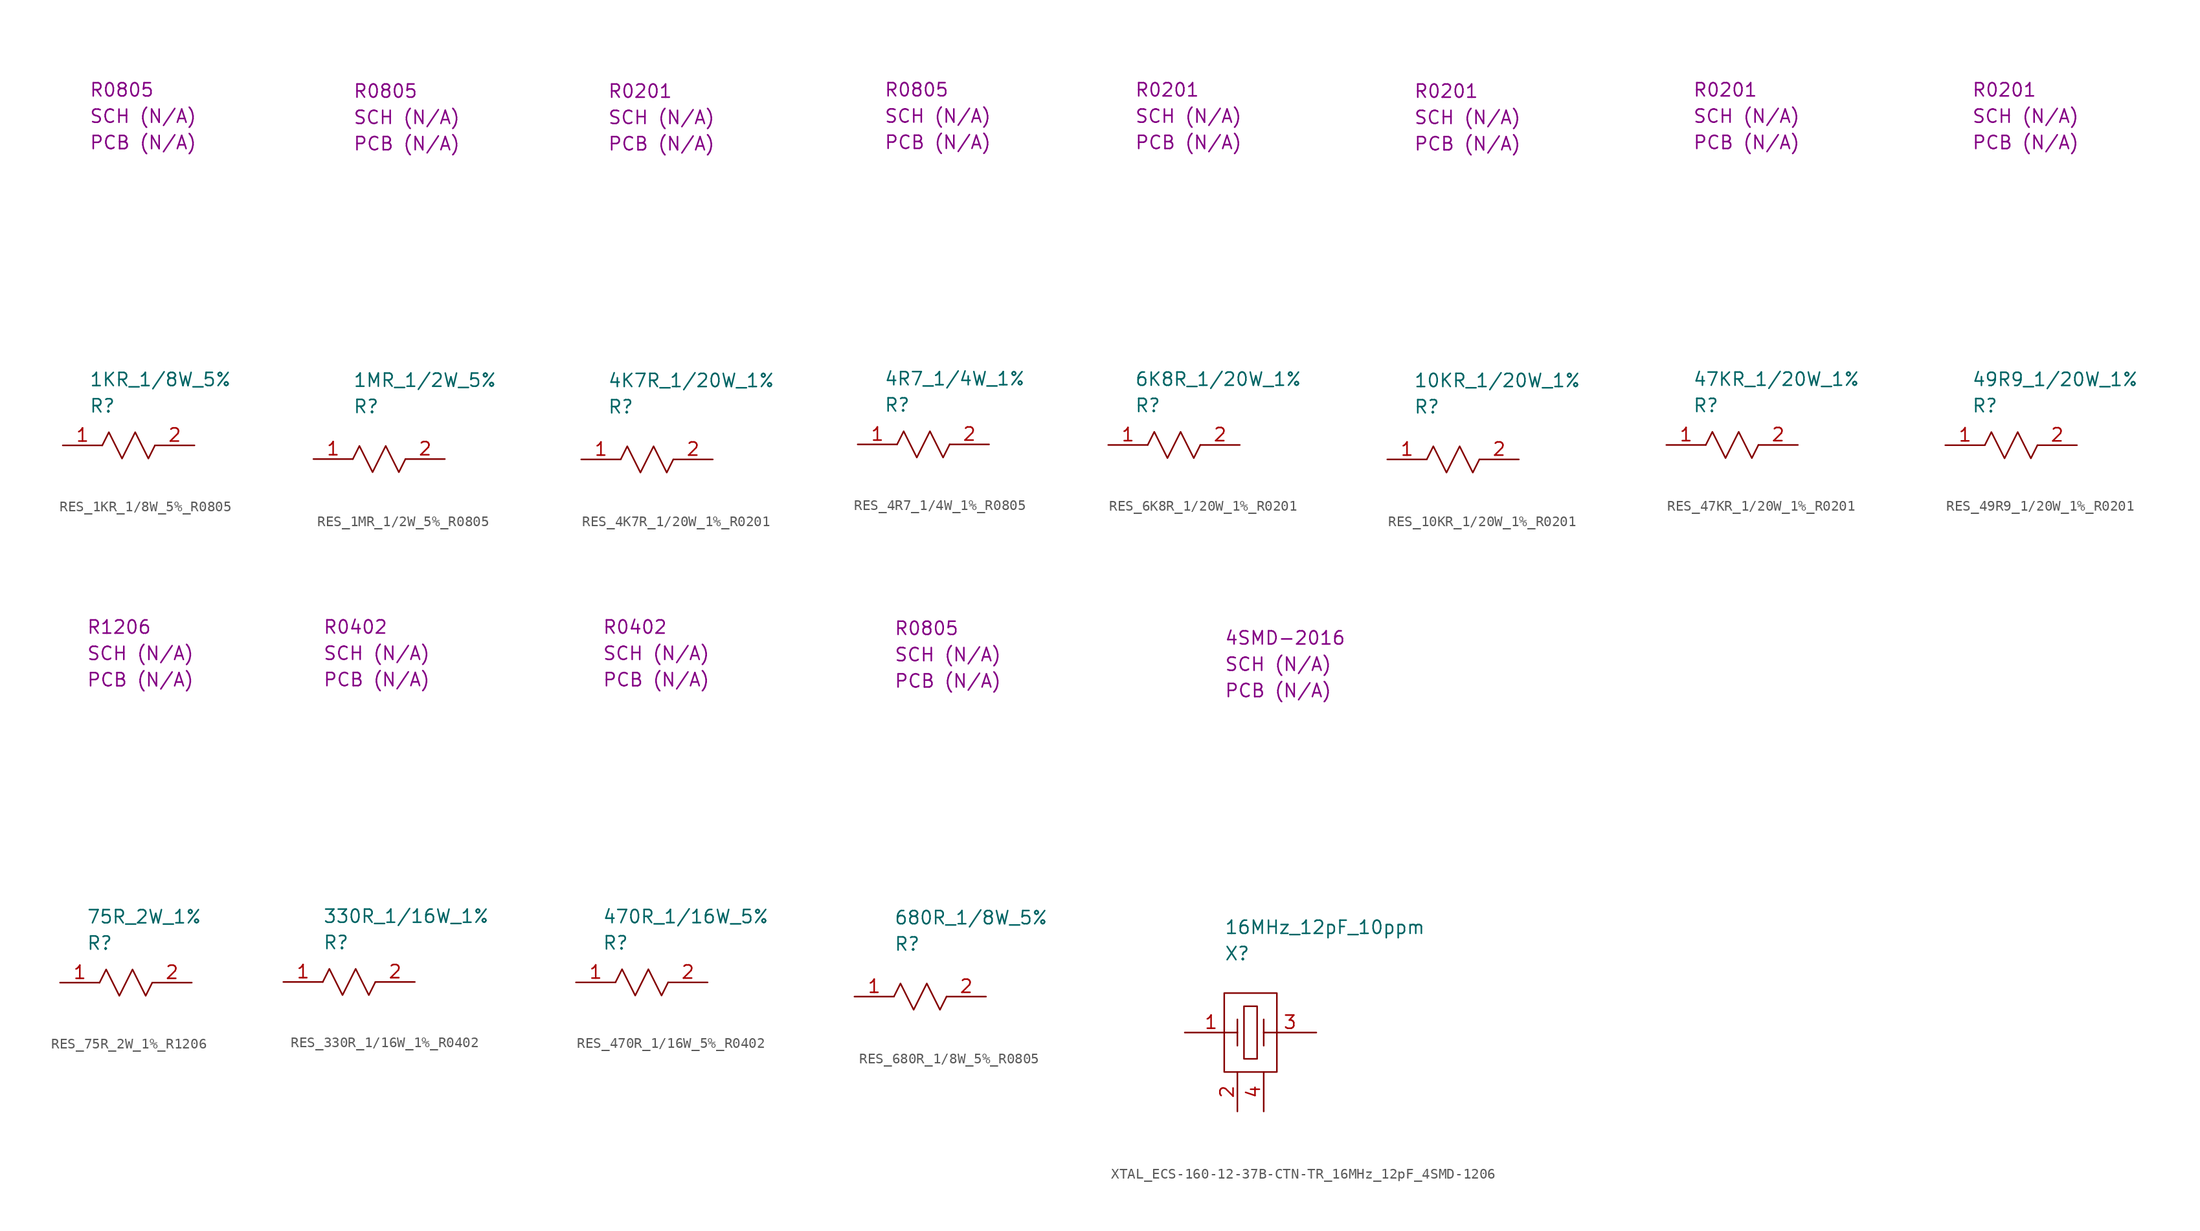
<source format=kicad_sym>
(kicad_symbol_lib
  (version 20220914)
  (generator kicad_symbol_editor)
  (symbol "RES_1KR_1/8W_5%_R0805"
    (property "Reference" "R"
      (at 2.54 3.81 0)
      (effects (font (size 1.27 1.27)) (justify left)))
    (property "Value" "1KR_1/8W_5%"
      (at 2.54 6.35 0)
      (effects (font (size 1.27 1.27)) (justify left)))
    (property "Package" "R0805"
      (at 2.54 34.29 0)
      (effects (font (size 1.27 1.27)) (justify left)))
    (property "SCH CHECK" "SCH (N/A)"
      (at 2.54 31.75 0)
      (effects (font (size 1.27 1.27)) (justify left)))
    (property "PCB CHECk" "PCB (N/A)"
      (at 2.54 29.21 0)
      (effects (font (size 1.27 1.27)) (justify left)))
    (symbol "RES_1KR_1/8W_5%_R0805_0_0"
      (polyline (pts (xy 3.81 0) (xy 4.445 1.27) (xy 5.715 -1.27) (xy 6.985 1.27) (xy 8.255 -1.27) (xy 8.89 0)) (stroke (width 0) (type default)) (fill (type none))))
    (symbol "RES_1KR_1/8W_5%_R0805_1_1"
      (pin passive line (at 0 0 0) (length 3.81) (name "" (effects (font (size 1.27 1.27)))) (number "1" (effects (font (size 1.27 1.27)))))
      (pin passive line (at 12.7 0 180) (length 3.81) (name "" (effects (font (size 1.27 1.27)))) (number "2" (effects (font (size 1.27 1.27)))))))
  (symbol "RES_1MR_1/2W_5%_R0805"
    (property "Reference" "R"
      (at 3.81 5.08 0)
      (effects (font (size 1.27 1.27)) (justify left)))
    (property "Value" "1MR_1/2W_5%"
      (at 3.81 7.62 0)
      (effects (font (size 1.27 1.27)) (justify left)))
    (property "Package" "R0805"
      (at 3.81 35.56 0)
      (effects (font (size 1.27 1.27)) (justify left)))
    (property "SCH CHECK" "SCH (N/A)"
      (at 3.81 33.02 0)
      (effects (font (size 1.27 1.27)) (justify left)))
    (property "PCB CHECk" "PCB (N/A)"
      (at 3.81 30.48 0)
      (effects (font (size 1.27 1.27)) (justify left)))
    (symbol "RES_1MR_1/2W_5%_R0805_0_0"
      (polyline (pts (xy 3.81 0) (xy 4.445 1.27) (xy 5.715 -1.27) (xy 6.985 1.27) (xy 8.255 -1.27) (xy 8.89 0)) (stroke (width 0) (type default)) (fill (type none))))
    (symbol "RES_1MR_1/2W_5%_R0805_1_1"
      (pin passive line (at 0 0 0) (length 3.81) (name "" (effects (font (size 1.27 1.27)))) (number "1" (effects (font (size 1.27 1.27)))))
      (pin passive line (at 12.7 0 180) (length 3.81) (name "" (effects (font (size 1.27 1.27)))) (number "2" (effects (font (size 1.27 1.27)))))))
  (symbol "RES_4K7R_1/20W_1%_R0201"
    (property "Reference" "R"
      (at 2.54 5.08 0)
      (effects (font (size 1.27 1.27)) (justify left)))
    (property "Value" "4K7R_1/20W_1%"
      (at 2.54 7.62 0)
      (effects (font (size 1.27 1.27)) (justify left)))
    (property "Package" "R0201"
      (at 2.54 35.56 0)
      (effects (font (size 1.27 1.27)) (justify left)))
    (property "SCH CHECK" "SCH (N/A)"
      (at 2.54 33.02 0)
      (effects (font (size 1.27 1.27)) (justify left)))
    (property "PCB CHECk" "PCB (N/A)"
      (at 2.54 30.48 0)
      (effects (font (size 1.27 1.27)) (justify left)))
    (symbol "RES_4K7R_1/20W_1%_R0201_0_0"
      (polyline (pts (xy 3.81 0) (xy 4.445 1.27) (xy 5.715 -1.27) (xy 6.985 1.27) (xy 8.255 -1.27) (xy 8.89 0)) (stroke (width 0) (type default)) (fill (type none))))
    (symbol "RES_4K7R_1/20W_1%_R0201_1_1"
      (pin passive line (at 0 0 0) (length 3.81) (name "" (effects (font (size 1.27 1.27)))) (number "1" (effects (font (size 1.27 1.27)))))
      (pin passive line (at 12.7 0 180) (length 3.81) (name "" (effects (font (size 1.27 1.27)))) (number "2" (effects (font (size 1.27 1.27)))))))
  (symbol "RES_4R7_1/4W_1%_R0805"
    (property "Reference" "R"
      (at 2.54 3.81 0)
      (effects (font (size 1.27 1.27)) (justify left)))
    (property "Value" "4R7_1/4W_1%"
      (at 2.54 6.35 0)
      (effects (font (size 1.27 1.27)) (justify left)))
    (property "Package" "R0805"
      (at 2.54 34.29 0)
      (effects (font (size 1.27 1.27)) (justify left)))
    (property "SCH CHECK" "SCH (N/A)"
      (at 2.54 31.75 0)
      (effects (font (size 1.27 1.27)) (justify left)))
    (property "PCB CHECk" "PCB (N/A)"
      (at 2.54 29.21 0)
      (effects (font (size 1.27 1.27)) (justify left)))
    (symbol "RES_4R7_1/4W_1%_R0805_0_0"
      (polyline (pts (xy 3.81 0) (xy 4.445 1.27) (xy 5.715 -1.27) (xy 6.985 1.27) (xy 8.255 -1.27) (xy 8.89 0)) (stroke (width 0) (type default)) (fill (type none))))
    (symbol "RES_4R7_1/4W_1%_R0805_1_1"
      (pin passive line (at 0 0 0) (length 3.81) (name "" (effects (font (size 1.27 1.27)))) (number "1" (effects (font (size 1.27 1.27)))))
      (pin passive line (at 12.7 0 180) (length 3.81) (name "" (effects (font (size 1.27 1.27)))) (number "2" (effects (font (size 1.27 1.27)))))))
  (symbol "RES_6K8R_1/20W_1%_R0201"
    (property "Reference" "R"
      (at 2.54 3.81 0)
      (effects (font (size 1.27 1.27)) (justify left)))
    (property "Value" "6K8R_1/20W_1%"
      (at 2.54 6.35 0)
      (effects (font (size 1.27 1.27)) (justify left)))
    (property "Package" "R0201"
      (at 2.54 34.29 0)
      (effects (font (size 1.27 1.27)) (justify left)))
    (property "SCH CHECK" "SCH (N/A)"
      (at 2.54 31.75 0)
      (effects (font (size 1.27 1.27)) (justify left)))
    (property "PCB CHECk" "PCB (N/A)"
      (at 2.54 29.21 0)
      (effects (font (size 1.27 1.27)) (justify left)))
    (symbol "RES_6K8R_1/20W_1%_R0201_0_0"
      (polyline (pts (xy 3.81 0) (xy 4.445 1.27) (xy 5.715 -1.27) (xy 6.985 1.27) (xy 8.255 -1.27) (xy 8.89 0)) (stroke (width 0) (type default)) (fill (type none))))
    (symbol "RES_6K8R_1/20W_1%_R0201_1_1"
      (pin passive line (at 0 0 0) (length 3.81) (name "" (effects (font (size 1.27 1.27)))) (number "1" (effects (font (size 1.27 1.27)))))
      (pin passive line (at 12.7 0 180) (length 3.81) (name "" (effects (font (size 1.27 1.27)))) (number "2" (effects (font (size 1.27 1.27)))))))
  (symbol "RES_10KR_1/20W_1%_R0201"
    (property "Reference" "R"
      (at 2.54 5.08 0)
      (effects (font (size 1.27 1.27)) (justify left)))
    (property "Value" "10KR_1/20W_1%"
      (at 2.54 7.62 0)
      (effects (font (size 1.27 1.27)) (justify left)))
    (property "Package" "R0201"
      (at 2.54 35.56 0)
      (effects (font (size 1.27 1.27)) (justify left)))
    (property "SCH CHECK" "SCH (N/A)"
      (at 2.54 33.02 0)
      (effects (font (size 1.27 1.27)) (justify left)))
    (property "PCB CHECk" "PCB (N/A)"
      (at 2.54 30.48 0)
      (effects (font (size 1.27 1.27)) (justify left)))
    (symbol "RES_10KR_1/20W_1%_R0201_0_0"
      (polyline (pts (xy 3.81 0) (xy 4.445 1.27) (xy 5.715 -1.27) (xy 6.985 1.27) (xy 8.255 -1.27) (xy 8.89 0)) (stroke (width 0) (type default)) (fill (type none))))
    (symbol "RES_10KR_1/20W_1%_R0201_1_1"
      (pin passive line (at 0 0 0) (length 3.81) (name "" (effects (font (size 1.27 1.27)))) (number "1" (effects (font (size 1.27 1.27)))))
      (pin passive line (at 12.7 0 180) (length 3.81) (name "" (effects (font (size 1.27 1.27)))) (number "2" (effects (font (size 1.27 1.27)))))))
  (symbol "RES_47KR_1/20W_1%_R0201"
    (property "Reference" "R"
      (at 2.54 3.81 0)
      (effects (font (size 1.27 1.27)) (justify left)))
    (property "Value" "47KR_1/20W_1%"
      (at 2.54 6.35 0)
      (effects (font (size 1.27 1.27)) (justify left)))
    (property "Package" "R0201"
      (at 2.54 34.29 0)
      (effects (font (size 1.27 1.27)) (justify left)))
    (property "SCH CHECK" "SCH (N/A)"
      (at 2.54 31.75 0)
      (effects (font (size 1.27 1.27)) (justify left)))
    (property "PCB CHECk" "PCB (N/A)"
      (at 2.54 29.21 0)
      (effects (font (size 1.27 1.27)) (justify left)))
    (symbol "RES_47KR_1/20W_1%_R0201_0_0"
      (polyline (pts (xy 3.81 0) (xy 4.445 1.27) (xy 5.715 -1.27) (xy 6.985 1.27) (xy 8.255 -1.27) (xy 8.89 0)) (stroke (width 0) (type default)) (fill (type none))))
    (symbol "RES_47KR_1/20W_1%_R0201_1_1"
      (pin passive line (at 0 0 0) (length 3.81) (name "" (effects (font (size 1.27 1.27)))) (number "1" (effects (font (size 1.27 1.27)))))
      (pin passive line (at 12.7 0 180) (length 3.81) (name "" (effects (font (size 1.27 1.27)))) (number "2" (effects (font (size 1.27 1.27)))))))
  (symbol "RES_49R9_1/20W_1%_R0201"
    (property "Reference" "R"
      (at 2.54 3.81 0)
      (effects (font (size 1.27 1.27)) (justify left)))
    (property "Value" "49R9_1/20W_1%"
      (at 2.54 6.35 0)
      (effects (font (size 1.27 1.27)) (justify left)))
    (property "Package" "R0201"
      (at 2.54 34.29 0)
      (effects (font (size 1.27 1.27)) (justify left)))
    (property "SCH CHECK" "SCH (N/A)"
      (at 2.54 31.75 0)
      (effects (font (size 1.27 1.27)) (justify left)))
    (property "PCB CHECk" "PCB (N/A)"
      (at 2.54 29.21 0)
      (effects (font (size 1.27 1.27)) (justify left)))
    (symbol "RES_49R9_1/20W_1%_R0201_0_0"
      (polyline (pts (xy 3.81 0) (xy 4.445 1.27) (xy 5.715 -1.27) (xy 6.985 1.27) (xy 8.255 -1.27) (xy 8.89 0)) (stroke (width 0) (type default)) (fill (type none))))
    (symbol "RES_49R9_1/20W_1%_R0201_1_1"
      (pin passive line (at 0 0 0) (length 3.81) (name "" (effects (font (size 1.27 1.27)))) (number "1" (effects (font (size 1.27 1.27)))))
      (pin passive line (at 12.7 0 180) (length 3.81) (name "" (effects (font (size 1.27 1.27)))) (number "2" (effects (font (size 1.27 1.27)))))))
  (symbol "RES_75R_2W_1%_R1206"
    (property "Reference" "R"
      (at 2.54 3.81 0)
      (effects (font (size 1.27 1.27)) (justify left)))
    (property "Value" "75R_2W_1%"
      (at 2.54 6.35 0)
      (effects (font (size 1.27 1.27)) (justify left)))
    (property "Package" "R1206"
      (at 2.54 34.29 0)
      (effects (font (size 1.27 1.27)) (justify left)))
    (property "SCH CHECK" "SCH (N/A)"
      (at 2.54 31.75 0)
      (effects (font (size 1.27 1.27)) (justify left)))
    (property "PCB CHECk" "PCB (N/A)"
      (at 2.54 29.21 0)
      (effects (font (size 1.27 1.27)) (justify left)))
    (symbol "RES_75R_2W_1%_R1206_0_0"
      (polyline (pts (xy 3.81 0) (xy 4.445 1.27) (xy 5.715 -1.27) (xy 6.985 1.27) (xy 8.255 -1.27) (xy 8.89 0)) (stroke (width 0) (type default)) (fill (type none))))
    (symbol "RES_75R_2W_1%_R1206_1_1"
      (pin passive line (at 0 0 0) (length 3.81) (name "" (effects (font (size 1.27 1.27)))) (number "1" (effects (font (size 1.27 1.27)))))
      (pin passive line (at 12.7 0 180) (length 3.81) (name "" (effects (font (size 1.27 1.27)))) (number "2" (effects (font (size 1.27 1.27)))))))
  (symbol "RES_330R_1/16W_1%_R0402"
    (property "Reference" "R"
      (at 3.81 3.81 0)
      (effects (font (size 1.27 1.27)) (justify left)))
    (property "Value" "330R_1/16W_1%"
      (at 3.81 6.35 0)
      (effects (font (size 1.27 1.27)) (justify left)))
    (property "Package" "R0402"
      (at 3.81 34.29 0)
      (effects (font (size 1.27 1.27)) (justify left)))
    (property "SCH CHECK" "SCH (N/A)"
      (at 3.81 31.75 0)
      (effects (font (size 1.27 1.27)) (justify left)))
    (property "PCB CHECk" "PCB (N/A)"
      (at 3.81 29.21 0)
      (effects (font (size 1.27 1.27)) (justify left)))
    (symbol "RES_330R_1/16W_1%_R0402_0_0"
      (polyline (pts (xy 3.81 0) (xy 4.445 1.27) (xy 5.715 -1.27) (xy 6.985 1.27) (xy 8.255 -1.27) (xy 8.89 0)) (stroke (width 0) (type default)) (fill (type none))))
    (symbol "RES_330R_1/16W_1%_R0402_1_1"
      (pin passive line (at 0 0 0) (length 3.81) (name "" (effects (font (size 1.27 1.27)))) (number "1" (effects (font (size 1.27 1.27)))))
      (pin passive line (at 12.7 0 180) (length 3.81) (name "" (effects (font (size 1.27 1.27)))) (number "2" (effects (font (size 1.27 1.27)))))))
  (symbol "RES_470R_1/16W_5%_R0402"
    (property "Reference" "R"
      (at 2.54 3.81 0)
      (effects (font (size 1.27 1.27)) (justify left)))
    (property "Value" "470R_1/16W_5%"
      (at 2.54 6.35 0)
      (effects (font (size 1.27 1.27)) (justify left)))
    (property "Package" "R0402"
      (at 2.54 34.29 0)
      (effects (font (size 1.27 1.27)) (justify left)))
    (property "SCH CHECK" "SCH (N/A)"
      (at 2.54 31.75 0)
      (effects (font (size 1.27 1.27)) (justify left)))
    (property "PCB CHECk" "PCB (N/A)"
      (at 2.54 29.21 0)
      (effects (font (size 1.27 1.27)) (justify left)))
    (symbol "RES_470R_1/16W_5%_R0402_0_0"
      (polyline (pts (xy 3.81 0) (xy 4.445 1.27) (xy 5.715 -1.27) (xy 6.985 1.27) (xy 8.255 -1.27) (xy 8.89 0)) (stroke (width 0) (type default)) (fill (type none))))
    (symbol "RES_470R_1/16W_5%_R0402_1_1"
      (pin passive line (at 0 0 0) (length 3.81) (name "" (effects (font (size 1.27 1.27)))) (number "1" (effects (font (size 1.27 1.27)))))
      (pin passive line (at 12.7 0 180) (length 3.81) (name "" (effects (font (size 1.27 1.27)))) (number "2" (effects (font (size 1.27 1.27)))))))
  (symbol "RES_680R_1/8W_5%_R0805"
    (property "Reference" "R"
      (at 3.81 5.08 0)
      (effects (font (size 1.27 1.27)) (justify left)))
    (property "Value" "680R_1/8W_5%"
      (at 3.81 7.62 0)
      (effects (font (size 1.27 1.27)) (justify left)))
    (property "Package" "R0805"
      (at 3.81 35.56 0)
      (effects (font (size 1.27 1.27)) (justify left)))
    (property "SCH CHECK" "SCH (N/A)"
      (at 3.81 33.02 0)
      (effects (font (size 1.27 1.27)) (justify left)))
    (property "PCB CHECk" "PCB (N/A)"
      (at 3.81 30.48 0)
      (effects (font (size 1.27 1.27)) (justify left)))
    (symbol "RES_680R_1/8W_5%_R0805_0_0"
      (polyline (pts (xy 3.81 0) (xy 4.445 1.27) (xy 5.715 -1.27) (xy 6.985 1.27) (xy 8.255 -1.27) (xy 8.89 0)) (stroke (width 0) (type default)) (fill (type none))))
    (symbol "RES_680R_1/8W_5%_R0805_1_1"
      (pin passive line (at 0 0 0) (length 3.81) (name "" (effects (font (size 1.27 1.27)))) (number "1" (effects (font (size 1.27 1.27)))))
      (pin passive line (at 12.7 0 180) (length 3.81) (name "" (effects (font (size 1.27 1.27)))) (number "2" (effects (font (size 1.27 1.27)))))))
  (symbol "XTAL_ECS-160-12-37B-CTN-TR_16MHz_12pF_4SMD-1206"
    (property "Reference" "X"
      (at 3.81 7.62 0)
      (effects (font (size 1.27 1.27)) (justify left)))
    (property "Value" "16MHz_12pF_10ppm"
      (at 3.81 10.16 0)
      (effects (font (size 1.27 1.27)) (justify left)))
    (property "Package" "4SMD-2016"
      (at 3.81 38.1 0)
      (effects (font (size 1.27 1.27)) (justify left)))
    (property "SCH CHECK" "SCH (N/A)"
      (at 3.81 35.56 0)
      (effects (font (size 1.27 1.27)) (justify left)))
    (property "PCB CHECk" "PCB (N/A)"
      (at 3.81 33.02 0)
      (effects (font (size 1.27 1.27)) (justify left)))
    (symbol "XTAL_ECS-160-12-37B-CTN-TR_16MHz_12pF_4SMD-1206_0_1"
      (polyline (pts (xy 5.08 1.27) (xy 5.08 -1.27)) (stroke (width 0) (type default)) (fill (type none)))
      (polyline (pts (xy 7.62 1.27) (xy 7.62 -1.27)) (stroke (width 0) (type default)) (fill (type none)))
      (polyline (pts (xy 3.81 3.81) (xy 3.81 -3.81) (xy 8.89 -3.81) (xy 8.89 3.81) (xy 3.81 3.81)) (stroke (width 0) (type default)) (fill (type none)))
      (polyline (pts (xy 5.715 2.54) (xy 6.985 2.54) (xy 6.985 -2.54) (xy 5.715 -2.54) (xy 5.715 2.54)) (stroke (width 0) (type default)) (fill (type none))))
    (symbol "XTAL_ECS-160-12-37B-CTN-TR_16MHz_12pF_4SMD-1206_1_1"
      (pin passive line (at 0 0 0) (length 5.08) (name "" (effects (font (size 1.27 1.27)))) (number "1" (effects (font (size 1.27 1.27)))))
      (pin passive line (at 5.08 -7.62 90) (length 3.81) (name "" (effects (font (size 1.27 1.27)))) (number "2" (effects (font (size 1.27 1.27)))))
      (pin passive line (at 12.7 0 180) (length 5.08) (name "" (effects (font (size 1.27 1.27)))) (number "3" (effects (font (size 1.27 1.27)))))
      (pin passive line (at 7.62 -7.62 90) (length 3.81) (name "" (effects (font (size 1.27 1.27)))) (number "4" (effects (font (size 1.27 1.27))))))))
</source>
